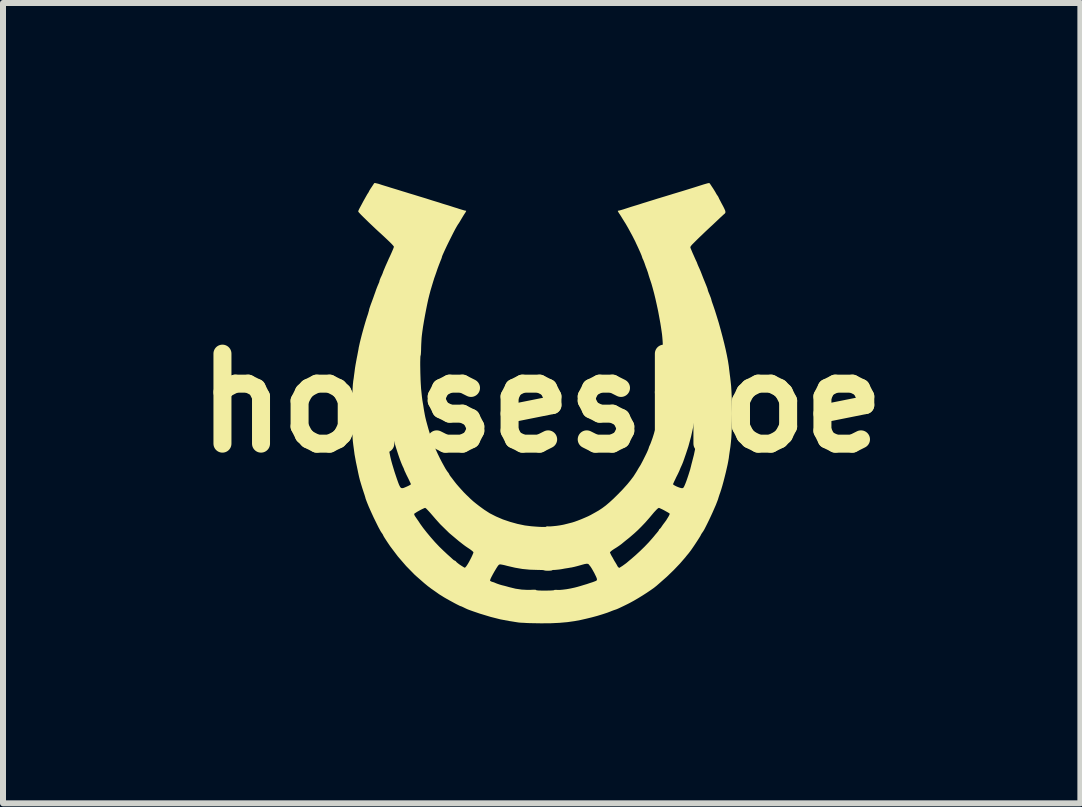
<source format=kicad_pcb>
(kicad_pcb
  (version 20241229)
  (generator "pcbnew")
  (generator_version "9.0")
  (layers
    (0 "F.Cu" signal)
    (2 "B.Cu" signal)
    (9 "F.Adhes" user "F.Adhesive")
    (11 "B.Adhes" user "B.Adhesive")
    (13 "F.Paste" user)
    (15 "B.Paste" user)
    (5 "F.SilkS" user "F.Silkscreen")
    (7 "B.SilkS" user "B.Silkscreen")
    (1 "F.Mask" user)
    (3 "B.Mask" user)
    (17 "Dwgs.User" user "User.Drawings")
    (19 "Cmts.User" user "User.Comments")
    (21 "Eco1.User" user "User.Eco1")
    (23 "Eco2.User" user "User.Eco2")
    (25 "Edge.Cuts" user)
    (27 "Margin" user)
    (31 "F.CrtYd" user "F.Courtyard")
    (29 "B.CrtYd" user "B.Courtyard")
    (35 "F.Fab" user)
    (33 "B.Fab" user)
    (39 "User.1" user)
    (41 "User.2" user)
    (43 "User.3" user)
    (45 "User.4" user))
  (footprint "horseshoe"
    (layer "F.Cu")
    (at 5.979 3.666)
    (property "Reference" "horseshoe" (at 0 0 0) (layer "F.SilkS") (effects (font (size 1.5 1.5) (thickness 0.3))))
    (attr board_only exclude_from_pos_files exclude_from_bom)
    (fp_poly (pts (xy -2.757 -3.661) (xy -2.723 -3.653) (xy -2.704 -3.647) (xy -2.662 -3.633) (xy -2.61 -3.617) (xy -2.557 -3.601) (xy -2.52 -3.589) (xy -2.467 -3.573) (xy -2.408 -3.555) (xy -2.35 -3.537) (xy -2.318 -3.527) (xy -2.268 -3.512) (xy -2.214 -3.495) (xy -2.164 -3.48) (xy -2.137 -3.472) (xy -2.037 -3.441) (xy -1.931 -3.409) (xy -1.828 -3.376) (xy -1.762 -3.356) (xy -1.71 -3.34) (xy -1.652 -3.321) (xy -1.596 -3.304) (xy -1.572 -3.297) (xy -1.521 -3.281) (xy -1.463 -3.262) (xy -1.407 -3.245) (xy -1.381 -3.236) (xy -1.342 -3.224) (xy -1.308 -3.214) (xy -1.283 -3.207) (xy -1.271 -3.205) (xy -1.261 -3.204) (xy -1.259 -3.198) (xy -1.266 -3.184) (xy -1.281 -3.16) (xy -1.282 -3.159) (xy -1.3 -3.131) (xy -1.314 -3.108) (xy -1.329 -3.083) (xy -1.348 -3.051) (xy -1.354 -3.041) (xy -1.37 -3.014) (xy -1.384 -2.992) (xy -1.392 -2.981) (xy -1.403 -2.964) (xy -1.42 -2.935) (xy -1.442 -2.896) (xy -1.467 -2.848) (xy -1.494 -2.795) (xy -1.522 -2.739) (xy -1.551 -2.681) (xy -1.579 -2.624) (xy -1.604 -2.571) (xy -1.626 -2.523) (xy -1.644 -2.483) (xy -1.657 -2.453) (xy -1.663 -2.436) (xy -1.663 -2.433) (xy -1.666 -2.422) (xy -1.674 -2.399) (xy -1.686 -2.37) (xy -1.688 -2.365) (xy -1.702 -2.329) (xy -1.719 -2.285) (xy -1.736 -2.239) (xy -1.743 -2.219) (xy -1.757 -2.177) (xy -1.771 -2.137) (xy -1.783 -2.103) (xy -1.788 -2.089) (xy -1.794 -2.072) (xy -1.799 -2.054) (xy -1.806 -2.033) (xy -1.814 -2.006) (xy -1.825 -1.97) (xy -1.839 -1.923) (xy -1.857 -1.863) (xy -1.858 -1.857) (xy -1.874 -1.797) (xy -1.892 -1.724) (xy -1.91 -1.64) (xy -1.928 -1.55) (xy -1.946 -1.456) (xy -1.963 -1.361) (xy -1.978 -1.271) (xy -1.99 -1.187) (xy -1.998 -1.124) (xy -2.002 -1.086) (xy -2.005 -1.036) (xy -2.008 -0.981) (xy -2.01 -0.927) (xy -2.01 -0.92) (xy -2.011 -0.875) (xy -2.013 -0.838) (xy -2.015 -0.81) (xy -2.017 -0.795) (xy -2.018 -0.793) (xy -2.021 -0.784) (xy -2.023 -0.761) (xy -2.024 -0.726) (xy -2.025 -0.68) (xy -2.025 -0.626) (xy -2.024 -0.566) (xy -2.023 -0.504) (xy -2.021 -0.44) (xy -2.019 -0.378) (xy -2.016 -0.319) (xy -2.015 -0.306) (xy -2.011 -0.242) (xy -2.004 -0.173) (xy -1.997 -0.105) (xy -1.989 -0.044) (xy -1.984 -0.013) (xy -1.975 0.039) (xy -1.967 0.092) (xy -1.959 0.14) (xy -1.952 0.178) (xy -1.951 0.185) (xy -1.941 0.235) (xy -1.926 0.297) (xy -1.907 0.367) (xy -1.886 0.442) (xy -1.863 0.517) (xy -1.84 0.589) (xy -1.817 0.653) (xy -1.796 0.707) (xy -1.795 0.711) (xy -1.765 0.779) (xy -1.733 0.849) (xy -1.699 0.919) (xy -1.665 0.985) (xy -1.632 1.045) (xy -1.603 1.097) (xy -1.577 1.137) (xy -1.557 1.163) (xy -1.546 1.179) (xy -1.542 1.188) (xy -1.537 1.199) (xy -1.525 1.217) (xy -1.516 1.229) (xy -1.497 1.253) (xy -1.473 1.285) (xy -1.451 1.314) (xy -1.42 1.353) (xy -1.381 1.398) (xy -1.338 1.446) (xy -1.296 1.492) (xy -1.258 1.53) (xy -1.251 1.537) (xy -1.223 1.563) (xy -1.192 1.594) (xy -1.172 1.612) (xy -1.141 1.64) (xy -1.098 1.675) (xy -1.044 1.717) (xy -0.981 1.763) (xy -0.956 1.781) (xy -0.866 1.839) (xy -0.762 1.892) (xy -0.648 1.941) (xy -0.527 1.982) (xy -0.404 2.016) (xy -0.28 2.042) (xy -0.175 2.055) (xy -0.101 2.061) (xy -0.039 2.065) (xy 0.011 2.067) (xy 0.049 2.067) (xy 0.071 2.065) (xy 0.078 2.06) (xy 0.085 2.056) (xy 0.099 2.057) (xy 0.121 2.058) (xy 0.156 2.057) (xy 0.2 2.053) (xy 0.249 2.048) (xy 0.298 2.041) (xy 0.343 2.033) (xy 0.381 2.025) (xy 0.383 2.024) (xy 0.424 2.014) (xy 0.467 2.003) (xy 0.502 1.994) (xy 0.503 1.994) (xy 0.545 1.981) (xy 0.598 1.962) (xy 0.657 1.939) (xy 0.716 1.914) (xy 0.773 1.889) (xy 0.821 1.865) (xy 0.831 1.859) (xy 0.849 1.849) (xy 0.874 1.835) (xy 0.887 1.828) (xy 0.95 1.792) (xy 1.009 1.753) (xy 1.068 1.709) (xy 1.128 1.658) (xy 1.194 1.598) (xy 1.267 1.526) (xy 1.267 1.526) (xy 1.349 1.442) (xy 1.418 1.365) (xy 1.428 1.354) (xy 2.188 1.354) (xy 2.196 1.363) (xy 2.216 1.376) (xy 2.243 1.39) (xy 2.274 1.403) (xy 2.305 1.414) (xy 2.331 1.42) (xy 2.337 1.421) (xy 2.351 1.419) (xy 2.362 1.412) (xy 2.373 1.394) (xy 2.383 1.372) (xy 2.396 1.341) (xy 2.412 1.299) (xy 2.429 1.25) (xy 2.446 1.199) (xy 2.461 1.151) (xy 2.474 1.11) (xy 2.481 1.081) (xy 2.487 1.059) (xy 2.495 1.025) (xy 2.506 0.984) (xy 2.514 0.952) (xy 2.536 0.867) (xy 2.555 0.776) (xy 2.572 0.685) (xy 2.585 0.596) (xy 2.595 0.512) (xy 2.6 0.438) (xy 2.601 0.377) (xy 2.601 0.377) (xy 2.6 0.343) (xy 2.601 0.317) (xy 2.603 0.303) (xy 2.605 0.302) (xy 2.607 0.293) (xy 2.609 0.271) (xy 2.61 0.238) (xy 2.609 0.197) (xy 2.609 0.185) (xy 2.609 0.143) (xy 2.609 0.107) (xy 2.61 0.082) (xy 2.612 0.07) (xy 2.613 0.069) (xy 2.617 0.061) (xy 2.618 0.043) (xy 2.618 0.018) (xy 2.615 -0.005) (xy 2.611 -0.022) (xy 2.608 -0.028) (xy 2.605 -0.031) (xy 2.602 -0.029) (xy 2.599 -0.019) (xy 2.595 -0.000181) (xy 2.589 0.029) (xy 2.582 0.071) (xy 2.573 0.126) (xy 2.564 0.185) (xy 2.529 0.381) (xy 2.489 0.561) (xy 2.444 0.726) (xy 2.402 0.853) (xy 2.389 0.89) (xy 2.375 0.931) (xy 2.369 0.948) (xy 2.357 0.982) (xy 2.341 1.022) (xy 2.327 1.053) (xy 2.314 1.081) (xy 2.305 1.103) (xy 2.301 1.114) (xy 2.3 1.115) (xy 2.297 1.124) (xy 2.287 1.146) (xy 2.272 1.178) (xy 2.253 1.216) (xy 2.244 1.233) (xy 2.225 1.274) (xy 2.208 1.309) (xy 2.196 1.336) (xy 2.189 1.351) (xy 2.188 1.354) (xy 1.428 1.354) (xy 1.477 1.294) (xy 1.528 1.227) (xy 1.571 1.16) (xy 1.59 1.129) (xy 1.607 1.099) (xy 1.624 1.071) (xy 1.633 1.057) (xy 1.648 1.033) (xy 1.666 0.999) (xy 1.687 0.959) (xy 1.709 0.915) (xy 1.731 0.871) (xy 1.751 0.83) (xy 1.767 0.794) (xy 1.778 0.767) (xy 1.783 0.752) (xy 1.784 0.751) (xy 1.787 0.737) (xy 1.796 0.715) (xy 1.8 0.708) (xy 1.813 0.678) (xy 1.829 0.635) (xy 1.848 0.582) (xy 1.867 0.522) (xy 1.886 0.459) (xy 1.904 0.396) (xy 1.92 0.337) (xy 1.924 0.319) (xy 1.962 0.147) (xy 1.991 -0.017) (xy 2.012 -0.18) (xy 2.024 -0.323) (xy 2.027 -0.37) (xy 2.029 -0.425) (xy 2.031 -0.483) (xy 2.032 -0.544) (xy 2.033 -0.605) (xy 2.033 -0.663) (xy 2.033 -0.716) (xy 2.032 -0.761) (xy 2.031 -0.796) (xy 2.029 -0.819) (xy 2.027 -0.827) (xy 2.024 -0.835) (xy 2.022 -0.858) (xy 2.02 -0.891) (xy 2.018 -0.932) (xy 2.018 -0.946) (xy 2.017 -0.999) (xy 2.014 -1.048) (xy 2.01 -1.096) (xy 2.005 -1.146) (xy 1.997 -1.202) (xy 1.987 -1.269) (xy 1.977 -1.331) (xy 1.959 -1.43) (xy 1.94 -1.532) (xy 1.918 -1.634) (xy 1.896 -1.733) (xy 1.873 -1.827) (xy 1.85 -1.913) (xy 1.829 -1.987) (xy 1.809 -2.047) (xy 1.808 -2.05) (xy 1.796 -2.086) (xy 1.784 -2.124) (xy 1.779 -2.141) (xy 1.769 -2.176) (xy 1.755 -2.215) (xy 1.75 -2.23) (xy 1.736 -2.265) (xy 1.722 -2.305) (xy 1.714 -2.329) (xy 1.703 -2.358) (xy 1.694 -2.38) (xy 1.689 -2.391) (xy 1.682 -2.404) (xy 1.674 -2.427) (xy 1.672 -2.434) (xy 1.667 -2.448) (xy 1.662 -2.463) (xy 1.655 -2.479) (xy 1.646 -2.501) (xy 1.633 -2.53) (xy 1.615 -2.57) (xy 1.591 -2.622) (xy 1.59 -2.624) (xy 1.573 -2.66) (xy 1.56 -2.689) (xy 1.548 -2.713) (xy 1.535 -2.738) (xy 1.52 -2.768) (xy 1.5 -2.806) (xy 1.485 -2.833) (xy 1.458 -2.883) (xy 1.437 -2.921) (xy 1.418 -2.954) (xy 1.399 -2.987) (xy 1.376 -3.023) (xy 1.372 -3.03) (xy 1.353 -3.06) (xy 1.337 -3.086) (xy 1.326 -3.104) (xy 1.325 -3.106) (xy 1.314 -3.123) (xy 1.298 -3.148) (xy 1.29 -3.159) (xy 1.275 -3.184) (xy 1.268 -3.198) (xy 1.27 -3.204) (xy 1.281 -3.205) (xy 1.282 -3.205) (xy 1.296 -3.208) (xy 1.322 -3.215) (xy 1.356 -3.225) (xy 1.387 -3.235) (xy 1.436 -3.251) (xy 1.492 -3.269) (xy 1.547 -3.286) (xy 1.577 -3.295) (xy 1.629 -3.311) (xy 1.687 -3.33) (xy 1.743 -3.347) (xy 1.771 -3.356) (xy 1.82 -3.371) (xy 1.878 -3.389) (xy 1.935 -3.407) (xy 1.969 -3.417) (xy 2.018 -3.432) (xy 2.071 -3.448) (xy 2.12 -3.463) (xy 2.15 -3.472) (xy 2.191 -3.485) (xy 2.241 -3.5) (xy 2.294 -3.516) (xy 2.331 -3.527) (xy 2.441 -3.561) (xy 2.547 -3.594) (xy 2.645 -3.625) (xy 2.705 -3.644) (xy 2.74 -3.654) (xy 2.769 -3.662) (xy 2.788 -3.665) (xy 2.794 -3.665) (xy 2.802 -3.656) (xy 2.817 -3.635) (xy 2.835 -3.607) (xy 2.856 -3.576) (xy 2.876 -3.544) (xy 2.893 -3.516) (xy 2.898 -3.507) (xy 2.913 -3.48) (xy 2.929 -3.456) (xy 2.931 -3.454) (xy 2.942 -3.437) (xy 2.947 -3.426) (xy 2.947 -3.426) (xy 2.951 -3.417) (xy 2.961 -3.396) (xy 2.977 -3.366) (xy 2.996 -3.329) (xy 3.001 -3.32) (xy 3.028 -3.27) (xy 3.046 -3.233) (xy 3.058 -3.205) (xy 3.062 -3.186) (xy 3.061 -3.172) (xy 3.054 -3.16) (xy 3.045 -3.151) (xy 3.027 -3.136) (xy 3.003 -3.113) (xy 2.975 -3.088) (xy 2.972 -3.085) (xy 2.947 -3.061) (xy 2.913 -3.029) (xy 2.875 -2.993) (xy 2.837 -2.957) (xy 2.83 -2.951) (xy 2.788 -2.912) (xy 2.755 -2.881) (xy 2.725 -2.853) (xy 2.697 -2.826) (xy 2.667 -2.797) (xy 2.632 -2.764) (xy 2.589 -2.722) (xy 2.573 -2.706) (xy 2.535 -2.668) (xy 2.507 -2.64) (xy 2.49 -2.62) (xy 2.48 -2.605) (xy 2.477 -2.595) (xy 2.478 -2.59) (xy 2.484 -2.572) (xy 2.497 -2.542) (xy 2.513 -2.503) (xy 2.532 -2.461) (xy 2.551 -2.418) (xy 2.568 -2.38) (xy 2.581 -2.353) (xy 2.59 -2.332) (xy 2.593 -2.322) (xy 2.593 -2.321) (xy 2.597 -2.312) (xy 2.606 -2.29) (xy 2.618 -2.263) (xy 2.62 -2.259) (xy 2.636 -2.223) (xy 2.652 -2.185) (xy 2.662 -2.159) (xy 2.677 -2.12) (xy 2.695 -2.074) (xy 2.718 -2.018) (xy 2.741 -1.961) (xy 2.753 -1.931) (xy 2.762 -1.906) (xy 2.766 -1.892) (xy 2.766 -1.891) (xy 2.769 -1.878) (xy 2.777 -1.854) (xy 2.79 -1.823) (xy 2.796 -1.808) (xy 2.809 -1.775) (xy 2.82 -1.747) (xy 2.825 -1.73) (xy 2.826 -1.726) (xy 2.829 -1.713) (xy 2.836 -1.689) (xy 2.847 -1.657) (xy 2.855 -1.635) (xy 2.887 -1.541) (xy 2.919 -1.439) (xy 2.952 -1.331) (xy 2.983 -1.219) (xy 3.013 -1.106) (xy 3.041 -0.996) (xy 3.066 -0.89) (xy 3.087 -0.791) (xy 3.104 -0.702) (xy 3.116 -0.626) (xy 3.119 -0.605) (xy 3.123 -0.568) (xy 3.129 -0.521) (xy 3.135 -0.471) (xy 3.14 -0.435) (xy 3.149 -0.357) (xy 3.157 -0.28) (xy 3.162 -0.2) (xy 3.166 -0.116) (xy 3.169 -0.022) (xy 3.17 0.083) (xy 3.171 0.172) (xy 3.17 0.294) (xy 3.168 0.402) (xy 3.165 0.497) (xy 3.16 0.581) (xy 3.153 0.658) (xy 3.145 0.73) (xy 3.14 0.763) (xy 3.133 0.809) (xy 3.126 0.857) (xy 3.12 0.9) (xy 3.119 0.913) (xy 3.111 0.959) (xy 3.1 1.018) (xy 3.085 1.085) (xy 3.068 1.159) (xy 3.049 1.235) (xy 3.03 1.309) (xy 3.011 1.378) (xy 2.993 1.439) (xy 2.977 1.488) (xy 2.975 1.494) (xy 2.963 1.527) (xy 2.953 1.558) (xy 2.946 1.58) (xy 2.937 1.61) (xy 2.921 1.652) (xy 2.901 1.703) (xy 2.876 1.76) (xy 2.849 1.822) (xy 2.82 1.885) (xy 2.791 1.947) (xy 2.762 2.006) (xy 2.735 2.06) (xy 2.712 2.105) (xy 2.692 2.139) (xy 2.677 2.16) (xy 2.676 2.162) (xy 2.663 2.181) (xy 2.654 2.197) (xy 2.645 2.216) (xy 2.627 2.245) (xy 2.603 2.283) (xy 2.575 2.326) (xy 2.546 2.37) (xy 2.516 2.414) (xy 2.489 2.453) (xy 2.465 2.485) (xy 2.448 2.507) (xy 2.432 2.526) (xy 2.411 2.551) (xy 2.395 2.572) (xy 2.304 2.677) (xy 2.201 2.785) (xy 2.084 2.898) (xy 1.952 3.014) (xy 1.913 3.048) (xy 1.869 3.083) (xy 1.812 3.123) (xy 1.748 3.166) (xy 1.678 3.211) (xy 1.606 3.255) (xy 1.536 3.296) (xy 1.47 3.332) (xy 1.435 3.35) (xy 1.38 3.377) (xy 1.33 3.401) (xy 1.288 3.421) (xy 1.254 3.436) (xy 1.233 3.444) (xy 1.225 3.446) (xy 1.214 3.45) (xy 1.191 3.458) (xy 1.162 3.469) (xy 1.158 3.471) (xy 1.093 3.496) (xy 1.014 3.522) (xy 0.926 3.549) (xy 0.833 3.574) (xy 0.738 3.597) (xy 0.646 3.618) (xy 0.56 3.634) (xy 0.556 3.635) (xy 0.43 3.653) (xy 0.295 3.665) (xy 0.147 3.672) (xy -0.014 3.673) (xy -0.189 3.67) (xy -0.194 3.67) (xy -0.247 3.668) (xy -0.297 3.665) (xy -0.339 3.663) (xy -0.371 3.661) (xy -0.388 3.659) (xy -0.407 3.656) (xy -0.44 3.651) (xy -0.481 3.644) (xy -0.526 3.637) (xy -0.534 3.636) (xy -0.689 3.607) (xy -0.851 3.566) (xy -1.016 3.516) (xy -1.03 3.512) (xy -1.094 3.49) (xy -1.144 3.473) (xy -1.183 3.459) (xy -1.214 3.448) (xy -1.239 3.438) (xy -1.261 3.428) (xy -1.282 3.418) (xy -1.296 3.411) (xy -1.323 3.398) (xy -1.344 3.389) (xy -1.355 3.386) (xy -1.365 3.382) (xy -1.387 3.371) (xy -1.419 3.355) (xy -1.457 3.335) (xy -1.499 3.312) (xy -1.541 3.289) (xy -1.582 3.266) (xy -1.617 3.246) (xy -1.645 3.229) (xy -1.654 3.223) (xy -1.675 3.21) (xy -1.69 3.201) (xy -1.709 3.189) (xy -1.737 3.169) (xy -1.771 3.145) (xy -1.808 3.119) (xy -1.844 3.094) (xy -1.874 3.071) (xy -1.896 3.055) (xy -1.901 3.051) (xy -1.925 3.031) (xy -1.953 3.008) (xy -1.959 3.003) (xy -2.008 2.96) (xy -0.862 2.96) (xy -0.854 2.969) (xy -0.834 2.979) (xy -0.825 2.982) (xy -0.801 2.989) (xy -0.783 2.996) (xy -0.78 2.997) (xy -0.765 3.004) (xy -0.739 3.014) (xy -0.707 3.025) (xy -0.674 3.035) (xy -0.651 3.041) (xy -0.626 3.047) (xy -0.592 3.056) (xy -0.553 3.067) (xy -0.538 3.071) (xy -0.436 3.096) (xy -0.333 3.111) (xy -0.235 3.116) (xy -0.183 3.115) (xy -0.138 3.113) (xy -0.109 3.113) (xy -0.096 3.116) (xy -0.095 3.118) (xy -0.086 3.122) (xy -0.061 3.125) (xy -0.019 3.127) (xy 0.04 3.128) (xy 0.056 3.128) (xy 0.106 3.127) (xy 0.148 3.126) (xy 0.181 3.124) (xy 0.201 3.122) (xy 0.207 3.12) (xy 0.215 3.116) (xy 0.235 3.115) (xy 0.256 3.116) (xy 0.298 3.117) (xy 0.353 3.112) (xy 0.416 3.104) (xy 0.483 3.092) (xy 0.551 3.077) (xy 0.59 3.067) (xy 0.643 3.052) (xy 0.698 3.035) (xy 0.752 3.019) (xy 0.802 3.002) (xy 0.846 2.988) (xy 0.881 2.975) (xy 0.904 2.966) (xy 0.911 2.962) (xy 0.919 2.952) (xy 0.921 2.939) (xy 0.916 2.919) (xy 0.903 2.889) (xy 0.883 2.849) (xy 0.878 2.838) (xy 0.853 2.793) (xy 0.833 2.758) (xy 0.814 2.729) (xy 0.791 2.7) (xy 0.784 2.69) (xy 0.771 2.682) (xy 0.749 2.68) (xy 0.717 2.685) (xy 0.672 2.697) (xy 0.641 2.706) (xy 0.594 2.719) (xy 0.543 2.732) (xy 0.497 2.742) (xy 0.482 2.744) (xy 0.437 2.752) (xy 0.385 2.76) (xy 0.337 2.769) (xy 0.332 2.77) (xy 0.291 2.776) (xy 0.252 2.78) (xy 0.22 2.783) (xy 0.213 2.783) (xy 0.189 2.784) (xy 0.175 2.787) (xy 0.172 2.789) (xy 0.164 2.793) (xy 0.143 2.795) (xy 0.114 2.797) (xy 0.108 2.797) (xy 0.077 2.796) (xy 0.054 2.794) (xy 0.043 2.791) (xy 0.043 2.79) (xy 0.035 2.788) (xy 0.013 2.785) (xy -0.02 2.784) (xy -0.06 2.783) (xy -0.067 2.783) (xy -0.199 2.779) (xy -0.323 2.767) (xy -0.445 2.746) (xy -0.574 2.716) (xy -0.589 2.712) (xy -0.628 2.702) (xy -0.663 2.695) (xy -0.689 2.691) (xy -0.701 2.692) (xy -0.71 2.695) (xy -0.718 2.701) (xy -0.728 2.713) (xy -0.742 2.733) (xy -0.76 2.762) (xy -0.785 2.804) (xy -0.79 2.812) (xy -0.818 2.862) (xy -0.84 2.904) (xy -0.855 2.936) (xy -0.861 2.957) (xy -0.862 2.96) (xy -2.008 2.96) (xy -2.113 2.868) (xy -2.26 2.718) (xy -2.398 2.558) (xy -2.525 2.39) (xy -2.573 2.319) (xy -2.603 2.273) (xy -2.626 2.237) (xy -2.64 2.212) (xy -2.645 2.201) (xy -2.645 2.201) (xy -2.65 2.19) (xy -2.662 2.173) (xy -2.665 2.168) (xy -2.674 2.156) (xy -2.682 2.143) (xy -2.692 2.126) (xy -2.704 2.103) (xy -2.721 2.072) (xy -2.742 2.03) (xy -2.769 1.975) (xy -2.772 1.969) (xy -2.802 1.908) (xy -2.829 1.849) (xy -2.126 1.849) (xy -2.124 1.863) (xy -2.114 1.884) (xy -2.105 1.897) (xy -2.088 1.922) (xy -2.073 1.944) (xy -2.068 1.951) (xy -2.056 1.968) (xy -2.039 1.994) (xy -2.024 2.017) (xy -1.975 2.085) (xy -1.915 2.161) (xy -1.849 2.24) (xy -1.779 2.32) (xy -1.708 2.395) (xy -1.639 2.462) (xy -1.611 2.488) (xy -1.575 2.522) (xy -1.54 2.553) (xy -1.511 2.579) (xy -1.491 2.598) (xy -1.485 2.603) (xy -1.467 2.619) (xy -1.452 2.627) (xy -1.449 2.628) (xy -1.437 2.634) (xy -1.428 2.644) (xy -1.416 2.657) (xy -1.394 2.675) (xy -1.367 2.695) (xy -1.338 2.714) (xy -1.311 2.731) (xy -1.291 2.743) (xy -1.28 2.746) (xy -1.27 2.737) (xy -1.255 2.719) (xy -1.247 2.707) (xy -1.23 2.681) (xy -1.211 2.648) (xy -1.191 2.61) (xy -1.172 2.573) (xy -1.156 2.538) (xy -1.144 2.51) (xy -1.138 2.493) (xy -1.137 2.491) (xy -1.138 2.491) (xy 1.137 2.491) (xy 1.142 2.504) (xy 1.153 2.528) (xy 1.167 2.554) (xy 1.183 2.58) (xy 1.193 2.599) (xy 1.198 2.608) (xy 1.198 2.608) (xy 1.202 2.616) (xy 1.213 2.635) (xy 1.228 2.659) (xy 1.243 2.684) (xy 1.254 2.703) (xy 1.258 2.711) (xy 1.263 2.722) (xy 1.275 2.736) (xy 1.287 2.747) (xy 1.292 2.749) (xy 1.301 2.744) (xy 1.32 2.732) (xy 1.344 2.717) (xy 1.376 2.694) (xy 1.409 2.67) (xy 1.427 2.655) (xy 1.455 2.631) (xy 1.484 2.607) (xy 1.495 2.598) (xy 1.565 2.537) (xy 1.639 2.469) (xy 1.713 2.397) (xy 1.782 2.325) (xy 1.843 2.256) (xy 1.872 2.222) (xy 1.892 2.197) (xy 1.916 2.169) (xy 1.926 2.157) (xy 1.943 2.136) (xy 1.954 2.118) (xy 1.956 2.112) (xy 1.961 2.103) (xy 1.963 2.102) (xy 1.972 2.096) (xy 1.986 2.079) (xy 1.995 2.066) (xy 2.016 2.035) (xy 2.039 2.004) (xy 2.046 1.995) (xy 2.063 1.972) (xy 2.077 1.953) (xy 2.081 1.946) (xy 2.09 1.931) (xy 2.105 1.907) (xy 2.114 1.892) (xy 2.126 1.869) (xy 2.133 1.851) (xy 2.133 1.845) (xy 2.123 1.837) (xy 2.102 1.824) (xy 2.073 1.808) (xy 2.041 1.79) (xy 2.008 1.773) (xy 1.98 1.76) (xy 1.96 1.751) (xy 1.953 1.749) (xy 1.938 1.756) (xy 1.914 1.778) (xy 1.881 1.813) (xy 1.865 1.831) (xy 1.792 1.918) (xy 1.726 1.993) (xy 1.663 2.059) (xy 1.603 2.119) (xy 1.542 2.175) (xy 1.477 2.231) (xy 1.447 2.256) (xy 1.398 2.295) (xy 1.36 2.326) (xy 1.331 2.35) (xy 1.307 2.368) (xy 1.287 2.382) (xy 1.268 2.395) (xy 1.247 2.409) (xy 1.223 2.424) (xy 1.213 2.43) (xy 1.181 2.451) (xy 1.156 2.47) (xy 1.141 2.485) (xy 1.137 2.491) (xy -1.138 2.491) (xy -1.144 2.48) (xy -1.163 2.463) (xy -1.192 2.441) (xy -1.208 2.43) (xy -1.243 2.407) (xy -1.275 2.385) (xy -1.299 2.367) (xy -1.307 2.361) (xy -1.329 2.344) (xy -1.358 2.321) (xy -1.379 2.305) (xy -1.542 2.168) (xy -1.692 2.021) (xy -1.77 1.934) (xy -1.819 1.877) (xy -1.858 1.832) (xy -1.889 1.798) (xy -1.912 1.774) (xy -1.928 1.758) (xy -1.939 1.751) (xy -1.944 1.749) (xy -1.957 1.753) (xy -1.981 1.764) (xy -2.012 1.779) (xy -2.045 1.797) (xy -2.077 1.815) (xy -2.103 1.832) (xy -2.121 1.844) (xy -2.126 1.849) (xy -2.829 1.849) (xy -2.831 1.845) (xy -2.859 1.783) (xy -2.885 1.724) (xy -2.907 1.67) (xy -2.924 1.626) (xy -2.936 1.593) (xy -2.938 1.584) (xy -2.944 1.562) (xy -2.954 1.53) (xy -2.966 1.494) (xy -2.967 1.491) (xy -2.99 1.421) (xy -3.011 1.352) (xy -3.03 1.288) (xy -3.044 1.232) (xy -3.053 1.192) (xy -3.06 1.159) (xy -3.069 1.115) (xy -3.079 1.067) (xy -3.087 1.03) (xy -3.097 0.982) (xy -3.106 0.932) (xy -3.114 0.888) (xy -3.119 0.862) (xy -3.131 0.771) (xy -3.141 0.697) (xy -3.148 0.637) (xy -3.152 0.591) (xy -3.153 0.558) (xy -3.154 0.531) (xy -3.157 0.513) (xy -3.16 0.508) (xy -3.161 0.5) (xy -3.162 0.476) (xy -3.163 0.439) (xy -3.163 0.389) (xy -3.163 0.329) (xy -3.162 0.26) (xy -3.162 0.184) (xy -3.161 0.118) (xy -3.16 0.084) (xy -2.6 0.084) (xy -2.6 0.128) (xy -2.6 0.181) (xy -2.598 0.238) (xy -2.597 0.297) (xy -2.595 0.356) (xy -2.592 0.412) (xy -2.59 0.464) (xy -2.587 0.507) (xy -2.584 0.534) (xy -2.578 0.584) (xy -2.569 0.646) (xy -2.558 0.714) (xy -2.546 0.782) (xy -2.534 0.846) (xy -2.523 0.9) (xy -2.52 0.913) (xy -2.508 0.962) (xy -2.492 1.02) (xy -2.473 1.083) (xy -2.453 1.149) (xy -2.432 1.212) (xy -2.412 1.271) (xy -2.394 1.322) (xy -2.379 1.361) (xy -2.372 1.376) (xy -2.359 1.401) (xy -2.345 1.416) (xy -2.328 1.421) (xy -2.303 1.417) (xy -2.269 1.403) (xy -2.244 1.392) (xy -2.214 1.378) (xy -2.192 1.365) (xy -2.181 1.357) (xy -2.18 1.356) (xy -2.183 1.346) (xy -2.193 1.324) (xy -2.208 1.292) (xy -2.227 1.253) (xy -2.236 1.235) (xy -2.256 1.195) (xy -2.272 1.16) (xy -2.285 1.133) (xy -2.291 1.118) (xy -2.292 1.115) (xy -2.295 1.105) (xy -2.304 1.083) (xy -2.315 1.061) (xy -2.333 1.02) (xy -2.354 0.967) (xy -2.375 0.909) (xy -2.395 0.85) (xy -2.401 0.831) (xy -2.425 0.757) (xy -2.443 0.698) (xy -2.456 0.653) (xy -2.465 0.621) (xy -2.469 0.603) (xy -2.474 0.582) (xy -2.482 0.55) (xy -2.492 0.511) (xy -2.5 0.483) (xy -2.51 0.444) (xy -2.518 0.409) (xy -2.523 0.382) (xy -2.524 0.371) (xy -2.526 0.353) (xy -2.531 0.322) (xy -2.537 0.284) (xy -2.545 0.239) (xy -2.555 0.191) (xy -2.564 0.144) (xy -2.574 0.101) (xy -2.582 0.063) (xy -2.59 0.035) (xy -2.595 0.019) (xy -2.596 0.017) (xy -2.598 0.025) (xy -2.6 0.048) (xy -2.6 0.084) (xy -3.16 0.084) (xy -3.159 0.012) (xy -3.157 -0.079) (xy -3.155 -0.156) (xy -3.153 -0.22) (xy -3.15 -0.272) (xy -3.147 -0.314) (xy -3.143 -0.348) (xy -3.142 -0.362) (xy -3.134 -0.412) (xy -3.127 -0.467) (xy -3.12 -0.518) (xy -3.118 -0.534) (xy -3.113 -0.574) (xy -3.105 -0.624) (xy -3.095 -0.68) (xy -3.085 -0.734) (xy -3.083 -0.745) (xy -3.073 -0.795) (xy -3.064 -0.843) (xy -3.056 -0.884) (xy -3.051 -0.914) (xy -3.05 -0.922) (xy -3.042 -0.958) (xy -3.031 -1.008) (xy -3.016 -1.068) (xy -2.999 -1.135) (xy -2.98 -1.205) (xy -2.96 -1.276) (xy -2.94 -1.345) (xy -2.921 -1.407) (xy -2.908 -1.447) (xy -2.895 -1.485) (xy -2.886 -1.518) (xy -2.879 -1.541) (xy -2.878 -1.55) (xy -2.875 -1.564) (xy -2.867 -1.589) (xy -2.856 -1.621) (xy -2.849 -1.641) (xy -2.833 -1.684) (xy -2.819 -1.722) (xy -2.805 -1.76) (xy -2.79 -1.803) (xy -2.771 -1.856) (xy -2.762 -1.883) (xy -2.748 -1.92) (xy -2.734 -1.955) (xy -2.723 -1.98) (xy -2.72 -1.988) (xy -2.71 -2.01) (xy -2.705 -2.027) (xy -2.705 -2.029) (xy -2.702 -2.042) (xy -2.693 -2.067) (xy -2.68 -2.098) (xy -2.675 -2.107) (xy -2.661 -2.138) (xy -2.651 -2.162) (xy -2.646 -2.177) (xy -2.645 -2.179) (xy -2.642 -2.189) (xy -2.633 -2.211) (xy -2.62 -2.242) (xy -2.605 -2.278) (xy -2.588 -2.316) (xy -2.572 -2.352) (xy -2.558 -2.383) (xy -2.551 -2.4) (xy -2.531 -2.442) (xy -2.511 -2.486) (xy -2.493 -2.527) (xy -2.478 -2.562) (xy -2.468 -2.588) (xy -2.464 -2.603) (xy -2.464 -2.604) (xy -2.468 -2.612) (xy -2.481 -2.628) (xy -2.503 -2.652) (xy -2.535 -2.684) (xy -2.578 -2.725) (xy -2.632 -2.776) (xy -2.699 -2.838) (xy -2.701 -2.839) (xy -2.766 -2.899) (xy -2.827 -2.957) (xy -2.884 -3.011) (xy -2.934 -3.06) (xy -2.978 -3.103) (xy -3.014 -3.139) (xy -3.039 -3.166) (xy -3.055 -3.184) (xy -3.058 -3.191) (xy -3.055 -3.205) (xy -3.043 -3.232) (xy -3.022 -3.271) (xy -2.995 -3.321) (xy -2.975 -3.359) (xy -2.952 -3.4) (xy -2.938 -3.425) (xy -2.921 -3.455) (xy -2.905 -3.483) (xy -2.894 -3.499) (xy -2.883 -3.517) (xy -2.878 -3.528) (xy -2.878 -3.528) (xy -2.875 -3.535) (xy -2.867 -3.548) (xy -2.853 -3.571) (xy -2.83 -3.605) (xy -2.8 -3.651) (xy -2.79 -3.664) (xy -2.78 -3.666)) (stroke (width 0) (type solid)) (fill yes) (layer "F.SilkS")))
  (gr_rect
    (start -3 -3)
    (end 14.957 10.339)
    (stroke (width 0.1) (type default))
    (fill no)
    (layer "Edge.Cuts")))
</source>
